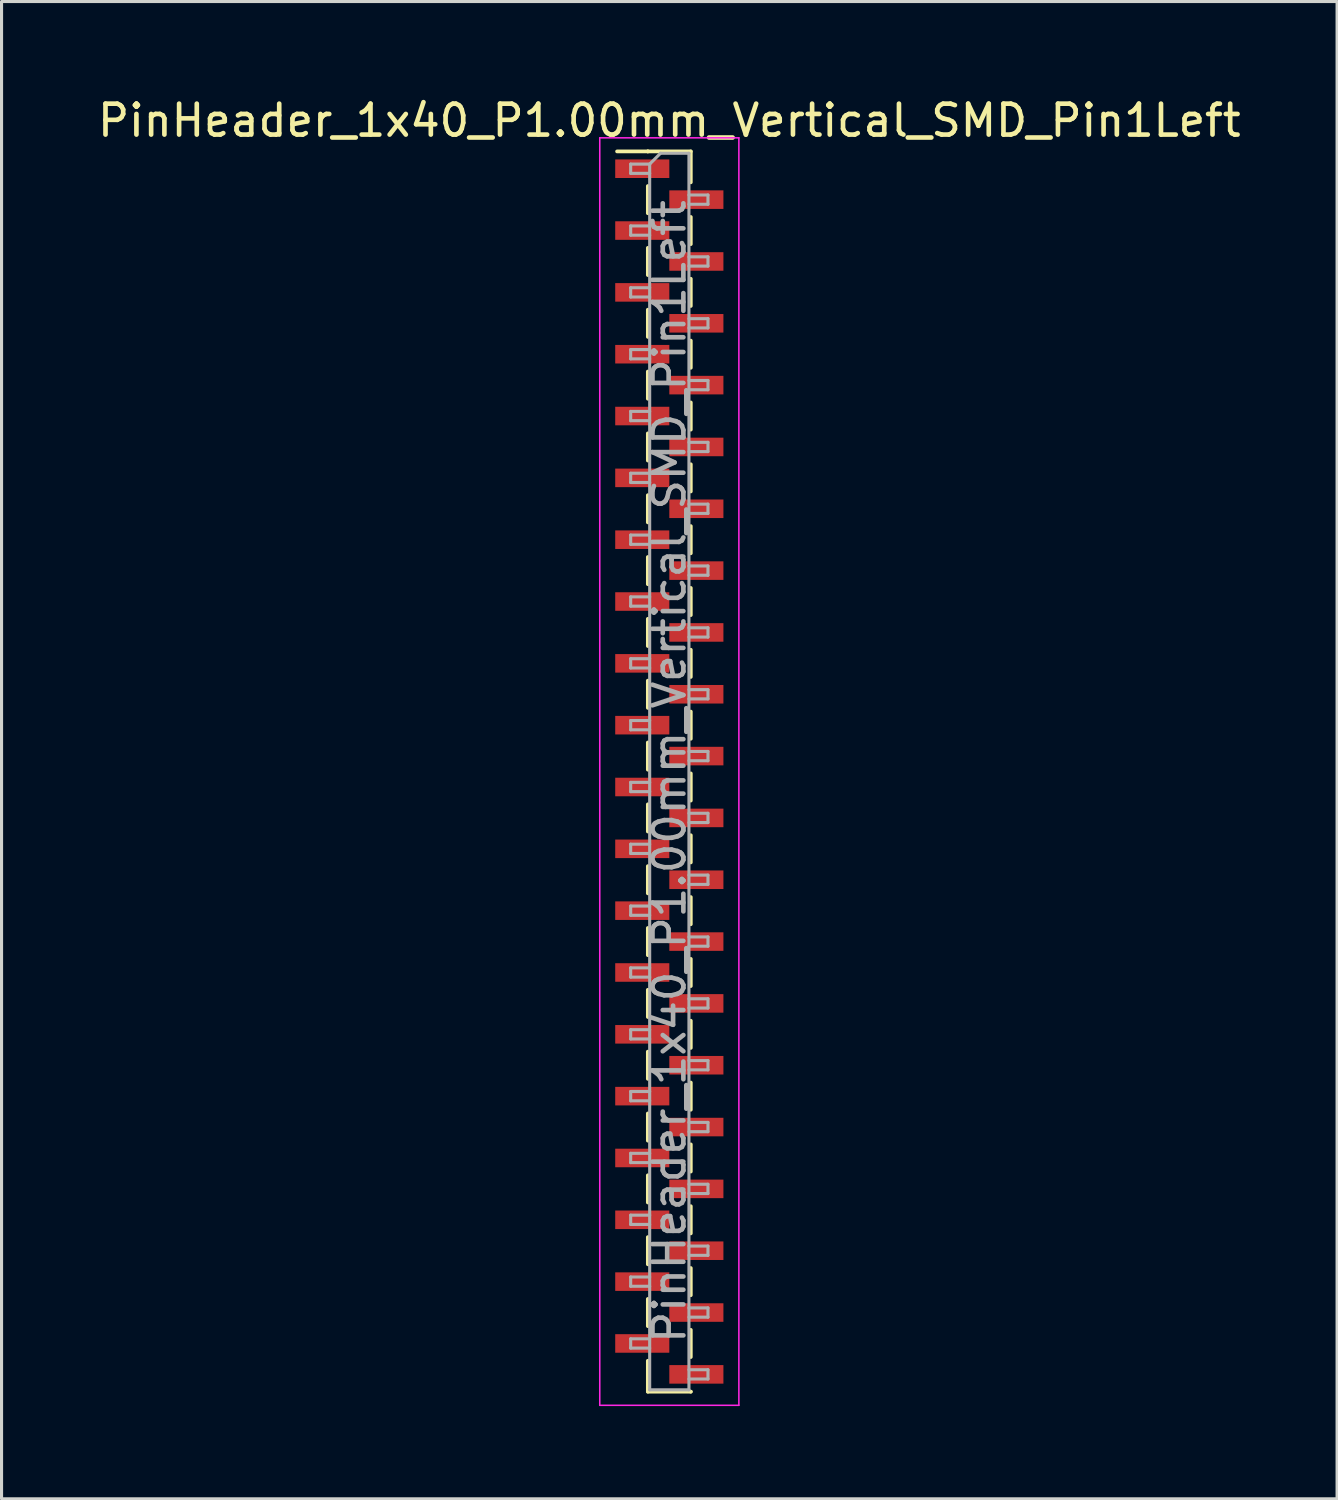
<source format=kicad_pcb>
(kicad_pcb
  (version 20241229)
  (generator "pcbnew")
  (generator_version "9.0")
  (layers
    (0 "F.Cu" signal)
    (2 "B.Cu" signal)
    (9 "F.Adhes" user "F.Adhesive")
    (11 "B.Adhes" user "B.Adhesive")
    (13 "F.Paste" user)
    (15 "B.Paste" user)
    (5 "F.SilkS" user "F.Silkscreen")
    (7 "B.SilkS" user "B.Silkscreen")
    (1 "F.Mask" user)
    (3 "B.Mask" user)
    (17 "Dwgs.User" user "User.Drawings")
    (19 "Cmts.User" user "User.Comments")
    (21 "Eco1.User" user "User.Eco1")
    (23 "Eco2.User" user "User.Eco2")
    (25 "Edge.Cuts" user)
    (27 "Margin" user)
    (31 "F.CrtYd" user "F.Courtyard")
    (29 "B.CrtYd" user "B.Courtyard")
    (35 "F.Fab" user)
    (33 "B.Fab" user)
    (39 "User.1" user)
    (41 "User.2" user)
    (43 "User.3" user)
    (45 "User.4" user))
  (footprint "PinHeader_1x40_P1.00mm_Vertical_SMD_Pin1Left"
    (layer "F.Cu")
    (at 18.601 21.908)
    (property "Reference" "PinHeader_1x40_P1.00mm_Vertical_SMD_Pin1Left" (at 0 -21.06 0) (layer "F.SilkS") (effects (font (size 1 1) (thickness 0.15))))
    (attr smd)
    (fp_line (start -0.695 -20.06) (end -1.69 -20.06) (stroke (width 0.12) (type solid)) (layer "F.SilkS"))
    (fp_line (start -0.695 -20.06) (end -0.695 -20.06) (stroke (width 0.12) (type solid)) (layer "F.SilkS"))
    (fp_line (start -0.695 -20.06) (end 0.695 -20.06) (stroke (width 0.12) (type solid)) (layer "F.SilkS"))
    (fp_line (start -0.695 -18.94) (end -0.695 -18.06) (stroke (width 0.12) (type solid)) (layer "F.SilkS"))
    (fp_line (start -0.695 -16.94) (end -0.695 -16.06) (stroke (width 0.12) (type solid)) (layer "F.SilkS"))
    (fp_line (start -0.695 -14.94) (end -0.695 -14.06) (stroke (width 0.12) (type solid)) (layer "F.SilkS"))
    (fp_line (start -0.695 -12.94) (end -0.695 -12.06) (stroke (width 0.12) (type solid)) (layer "F.SilkS"))
    (fp_line (start -0.695 -10.94) (end -0.695 -10.06) (stroke (width 0.12) (type solid)) (layer "F.SilkS"))
    (fp_line (start -0.695 -8.94) (end -0.695 -8.06) (stroke (width 0.12) (type solid)) (layer "F.SilkS"))
    (fp_line (start -0.695 -6.94) (end -0.695 -6.06) (stroke (width 0.12) (type solid)) (layer "F.SilkS"))
    (fp_line (start -0.695 -4.94) (end -0.695 -4.06) (stroke (width 0.12) (type solid)) (layer "F.SilkS"))
    (fp_line (start -0.695 -2.94) (end -0.695 -2.06) (stroke (width 0.12) (type solid)) (layer "F.SilkS"))
    (fp_line (start -0.695 -0.94) (end -0.695 -0.06) (stroke (width 0.12) (type solid)) (layer "F.SilkS"))
    (fp_line (start -0.695 1.06) (end -0.695 1.94) (stroke (width 0.12) (type solid)) (layer "F.SilkS"))
    (fp_line (start -0.695 3.06) (end -0.695 3.94) (stroke (width 0.12) (type solid)) (layer "F.SilkS"))
    (fp_line (start -0.695 5.06) (end -0.695 5.94) (stroke (width 0.12) (type solid)) (layer "F.SilkS"))
    (fp_line (start -0.695 7.06) (end -0.695 7.94) (stroke (width 0.12) (type solid)) (layer "F.SilkS"))
    (fp_line (start -0.695 9.06) (end -0.695 9.94) (stroke (width 0.12) (type solid)) (layer "F.SilkS"))
    (fp_line (start -0.695 11.06) (end -0.695 11.94) (stroke (width 0.12) (type solid)) (layer "F.SilkS"))
    (fp_line (start -0.695 13.06) (end -0.695 13.94) (stroke (width 0.12) (type solid)) (layer "F.SilkS"))
    (fp_line (start -0.695 15.06) (end -0.695 15.94) (stroke (width 0.12) (type solid)) (layer "F.SilkS"))
    (fp_line (start -0.695 17.06) (end -0.695 17.94) (stroke (width 0.12) (type solid)) (layer "F.SilkS"))
    (fp_line (start -0.695 19.06) (end -0.695 20.06) (stroke (width 0.12) (type solid)) (layer "F.SilkS"))
    (fp_line (start -0.695 20.06) (end 0.695 20.06) (stroke (width 0.12) (type solid)) (layer "F.SilkS"))
    (fp_line (start 0.695 -20.06) (end 0.695 -19.06) (stroke (width 0.12) (type solid)) (layer "F.SilkS"))
    (fp_line (start 0.695 -17.94) (end 0.695 -17.06) (stroke (width 0.12) (type solid)) (layer "F.SilkS"))
    (fp_line (start 0.695 -15.94) (end 0.695 -15.06) (stroke (width 0.12) (type solid)) (layer "F.SilkS"))
    (fp_line (start 0.695 -13.94) (end 0.695 -13.06) (stroke (width 0.12) (type solid)) (layer "F.SilkS"))
    (fp_line (start 0.695 -11.94) (end 0.695 -11.06) (stroke (width 0.12) (type solid)) (layer "F.SilkS"))
    (fp_line (start 0.695 -9.94) (end 0.695 -9.06) (stroke (width 0.12) (type solid)) (layer "F.SilkS"))
    (fp_line (start 0.695 -7.94) (end 0.695 -7.06) (stroke (width 0.12) (type solid)) (layer "F.SilkS"))
    (fp_line (start 0.695 -5.94) (end 0.695 -5.06) (stroke (width 0.12) (type solid)) (layer "F.SilkS"))
    (fp_line (start 0.695 -3.94) (end 0.695 -3.06) (stroke (width 0.12) (type solid)) (layer "F.SilkS"))
    (fp_line (start 0.695 -1.94) (end 0.695 -1.06) (stroke (width 0.12) (type solid)) (layer "F.SilkS"))
    (fp_line (start 0.695 0.06) (end 0.695 0.94) (stroke (width 0.12) (type solid)) (layer "F.SilkS"))
    (fp_line (start 0.695 2.06) (end 0.695 2.94) (stroke (width 0.12) (type solid)) (layer "F.SilkS"))
    (fp_line (start 0.695 4.06) (end 0.695 4.94) (stroke (width 0.12) (type solid)) (layer "F.SilkS"))
    (fp_line (start 0.695 6.06) (end 0.695 6.94) (stroke (width 0.12) (type solid)) (layer "F.SilkS"))
    (fp_line (start 0.695 8.06) (end 0.695 8.94) (stroke (width 0.12) (type solid)) (layer "F.SilkS"))
    (fp_line (start 0.695 10.06) (end 0.695 10.94) (stroke (width 0.12) (type solid)) (layer "F.SilkS"))
    (fp_line (start 0.695 12.06) (end 0.695 12.94) (stroke (width 0.12) (type solid)) (layer "F.SilkS"))
    (fp_line (start 0.695 14.06) (end 0.695 14.94) (stroke (width 0.12) (type solid)) (layer "F.SilkS"))
    (fp_line (start 0.695 16.06) (end 0.695 16.94) (stroke (width 0.12) (type solid)) (layer "F.SilkS"))
    (fp_line (start 0.695 18.06) (end 0.695 18.94) (stroke (width 0.12) (type solid)) (layer "F.SilkS"))
    (fp_line (start 0.695 20.06) (end 0.695 20.06) (stroke (width 0.12) (type solid)) (layer "F.SilkS"))
    (fp_line (start -2.25 -20.5) (end -2.25 20.5) (stroke (width 0.05) (type solid)) (layer "F.CrtYd"))
    (fp_line (start -2.25 20.5) (end 2.25 20.5) (stroke (width 0.05) (type solid)) (layer "F.CrtYd"))
    (fp_line (start 2.25 -20.5) (end -2.25 -20.5) (stroke (width 0.05) (type solid)) (layer "F.CrtYd"))
    (fp_line (start 2.25 20.5) (end 2.25 -20.5) (stroke (width 0.05) (type solid)) (layer "F.CrtYd"))
    (fp_line (start -1.25 -19.65) (end -1.25 -19.35) (stroke (width 0.1) (type solid)) (layer "F.Fab"))
    (fp_line (start -1.25 -19.35) (end -0.635 -19.35) (stroke (width 0.1) (type solid)) (layer "F.Fab"))
    (fp_line (start -1.25 -17.65) (end -1.25 -17.35) (stroke (width 0.1) (type solid)) (layer "F.Fab"))
    (fp_line (start -1.25 -17.35) (end -0.635 -17.35) (stroke (width 0.1) (type solid)) (layer "F.Fab"))
    (fp_line (start -1.25 -15.65) (end -1.25 -15.35) (stroke (width 0.1) (type solid)) (layer "F.Fab"))
    (fp_line (start -1.25 -15.35) (end -0.635 -15.35) (stroke (width 0.1) (type solid)) (layer "F.Fab"))
    (fp_line (start -1.25 -13.65) (end -1.25 -13.35) (stroke (width 0.1) (type solid)) (layer "F.Fab"))
    (fp_line (start -1.25 -13.35) (end -0.635 -13.35) (stroke (width 0.1) (type solid)) (layer "F.Fab"))
    (fp_line (start -1.25 -11.65) (end -1.25 -11.35) (stroke (width 0.1) (type solid)) (layer "F.Fab"))
    (fp_line (start -1.25 -11.35) (end -0.635 -11.35) (stroke (width 0.1) (type solid)) (layer "F.Fab"))
    (fp_line (start -1.25 -9.65) (end -1.25 -9.35) (stroke (width 0.1) (type solid)) (layer "F.Fab"))
    (fp_line (start -1.25 -9.35) (end -0.635 -9.35) (stroke (width 0.1) (type solid)) (layer "F.Fab"))
    (fp_line (start -1.25 -7.65) (end -1.25 -7.35) (stroke (width 0.1) (type solid)) (layer "F.Fab"))
    (fp_line (start -1.25 -7.35) (end -0.635 -7.35) (stroke (width 0.1) (type solid)) (layer "F.Fab"))
    (fp_line (start -1.25 -5.65) (end -1.25 -5.35) (stroke (width 0.1) (type solid)) (layer "F.Fab"))
    (fp_line (start -1.25 -5.35) (end -0.635 -5.35) (stroke (width 0.1) (type solid)) (layer "F.Fab"))
    (fp_line (start -1.25 -3.65) (end -1.25 -3.35) (stroke (width 0.1) (type solid)) (layer "F.Fab"))
    (fp_line (start -1.25 -3.35) (end -0.635 -3.35) (stroke (width 0.1) (type solid)) (layer "F.Fab"))
    (fp_line (start -1.25 -1.65) (end -1.25 -1.35) (stroke (width 0.1) (type solid)) (layer "F.Fab"))
    (fp_line (start -1.25 -1.35) (end -0.635 -1.35) (stroke (width 0.1) (type solid)) (layer "F.Fab"))
    (fp_line (start -1.25 0.35) (end -1.25 0.65) (stroke (width 0.1) (type solid)) (layer "F.Fab"))
    (fp_line (start -1.25 0.65) (end -0.635 0.65) (stroke (width 0.1) (type solid)) (layer "F.Fab"))
    (fp_line (start -1.25 2.35) (end -1.25 2.65) (stroke (width 0.1) (type solid)) (layer "F.Fab"))
    (fp_line (start -1.25 2.65) (end -0.635 2.65) (stroke (width 0.1) (type solid)) (layer "F.Fab"))
    (fp_line (start -1.25 4.35) (end -1.25 4.65) (stroke (width 0.1) (type solid)) (layer "F.Fab"))
    (fp_line (start -1.25 4.65) (end -0.635 4.65) (stroke (width 0.1) (type solid)) (layer "F.Fab"))
    (fp_line (start -1.25 6.35) (end -1.25 6.65) (stroke (width 0.1) (type solid)) (layer "F.Fab"))
    (fp_line (start -1.25 6.65) (end -0.635 6.65) (stroke (width 0.1) (type solid)) (layer "F.Fab"))
    (fp_line (start -1.25 8.35) (end -1.25 8.65) (stroke (width 0.1) (type solid)) (layer "F.Fab"))
    (fp_line (start -1.25 8.65) (end -0.635 8.65) (stroke (width 0.1) (type solid)) (layer "F.Fab"))
    (fp_line (start -1.25 10.35) (end -1.25 10.65) (stroke (width 0.1) (type solid)) (layer "F.Fab"))
    (fp_line (start -1.25 10.65) (end -0.635 10.65) (stroke (width 0.1) (type solid)) (layer "F.Fab"))
    (fp_line (start -1.25 12.35) (end -1.25 12.65) (stroke (width 0.1) (type solid)) (layer "F.Fab"))
    (fp_line (start -1.25 12.65) (end -0.635 12.65) (stroke (width 0.1) (type solid)) (layer "F.Fab"))
    (fp_line (start -1.25 14.35) (end -1.25 14.65) (stroke (width 0.1) (type solid)) (layer "F.Fab"))
    (fp_line (start -1.25 14.65) (end -0.635 14.65) (stroke (width 0.1) (type solid)) (layer "F.Fab"))
    (fp_line (start -1.25 16.35) (end -1.25 16.65) (stroke (width 0.1) (type solid)) (layer "F.Fab"))
    (fp_line (start -1.25 16.65) (end -0.635 16.65) (stroke (width 0.1) (type solid)) (layer "F.Fab"))
    (fp_line (start -1.25 18.35) (end -1.25 18.65) (stroke (width 0.1) (type solid)) (layer "F.Fab"))
    (fp_line (start -1.25 18.65) (end -0.635 18.65) (stroke (width 0.1) (type solid)) (layer "F.Fab"))
    (fp_line (start -0.635 -19.65) (end -1.25 -19.65) (stroke (width 0.1) (type solid)) (layer "F.Fab"))
    (fp_line (start -0.635 -19.65) (end -0.285 -20) (stroke (width 0.1) (type solid)) (layer "F.Fab"))
    (fp_line (start -0.635 -17.65) (end -1.25 -17.65) (stroke (width 0.1) (type solid)) (layer "F.Fab"))
    (fp_line (start -0.635 -15.65) (end -1.25 -15.65) (stroke (width 0.1) (type solid)) (layer "F.Fab"))
    (fp_line (start -0.635 -13.65) (end -1.25 -13.65) (stroke (width 0.1) (type solid)) (layer "F.Fab"))
    (fp_line (start -0.635 -11.65) (end -1.25 -11.65) (stroke (width 0.1) (type solid)) (layer "F.Fab"))
    (fp_line (start -0.635 -9.65) (end -1.25 -9.65) (stroke (width 0.1) (type solid)) (layer "F.Fab"))
    (fp_line (start -0.635 -7.65) (end -1.25 -7.65) (stroke (width 0.1) (type solid)) (layer "F.Fab"))
    (fp_line (start -0.635 -5.65) (end -1.25 -5.65) (stroke (width 0.1) (type solid)) (layer "F.Fab"))
    (fp_line (start -0.635 -3.65) (end -1.25 -3.65) (stroke (width 0.1) (type solid)) (layer "F.Fab"))
    (fp_line (start -0.635 -1.65) (end -1.25 -1.65) (stroke (width 0.1) (type solid)) (layer "F.Fab"))
    (fp_line (start -0.635 0.35) (end -1.25 0.35) (stroke (width 0.1) (type solid)) (layer "F.Fab"))
    (fp_line (start -0.635 2.35) (end -1.25 2.35) (stroke (width 0.1) (type solid)) (layer "F.Fab"))
    (fp_line (start -0.635 4.35) (end -1.25 4.35) (stroke (width 0.1) (type solid)) (layer "F.Fab"))
    (fp_line (start -0.635 6.35) (end -1.25 6.35) (stroke (width 0.1) (type solid)) (layer "F.Fab"))
    (fp_line (start -0.635 8.35) (end -1.25 8.35) (stroke (width 0.1) (type solid)) (layer "F.Fab"))
    (fp_line (start -0.635 10.35) (end -1.25 10.35) (stroke (width 0.1) (type solid)) (layer "F.Fab"))
    (fp_line (start -0.635 12.35) (end -1.25 12.35) (stroke (width 0.1) (type solid)) (layer "F.Fab"))
    (fp_line (start -0.635 14.35) (end -1.25 14.35) (stroke (width 0.1) (type solid)) (layer "F.Fab"))
    (fp_line (start -0.635 16.35) (end -1.25 16.35) (stroke (width 0.1) (type solid)) (layer "F.Fab"))
    (fp_line (start -0.635 18.35) (end -1.25 18.35) (stroke (width 0.1) (type solid)) (layer "F.Fab"))
    (fp_line (start -0.635 20) (end -0.635 -19.65) (stroke (width 0.1) (type solid)) (layer "F.Fab"))
    (fp_line (start -0.285 -20) (end 0.635 -20) (stroke (width 0.1) (type solid)) (layer "F.Fab"))
    (fp_line (start 0.635 -20) (end 0.635 20) (stroke (width 0.1) (type solid)) (layer "F.Fab"))
    (fp_line (start 0.635 -18.65) (end 1.25 -18.65) (stroke (width 0.1) (type solid)) (layer "F.Fab"))
    (fp_line (start 0.635 -16.65) (end 1.25 -16.65) (stroke (width 0.1) (type solid)) (layer "F.Fab"))
    (fp_line (start 0.635 -14.65) (end 1.25 -14.65) (stroke (width 0.1) (type solid)) (layer "F.Fab"))
    (fp_line (start 0.635 -12.65) (end 1.25 -12.65) (stroke (width 0.1) (type solid)) (layer "F.Fab"))
    (fp_line (start 0.635 -10.65) (end 1.25 -10.65) (stroke (width 0.1) (type solid)) (layer "F.Fab"))
    (fp_line (start 0.635 -8.65) (end 1.25 -8.65) (stroke (width 0.1) (type solid)) (layer "F.Fab"))
    (fp_line (start 0.635 -6.65) (end 1.25 -6.65) (stroke (width 0.1) (type solid)) (layer "F.Fab"))
    (fp_line (start 0.635 -4.65) (end 1.25 -4.65) (stroke (width 0.1) (type solid)) (layer "F.Fab"))
    (fp_line (start 0.635 -2.65) (end 1.25 -2.65) (stroke (width 0.1) (type solid)) (layer "F.Fab"))
    (fp_line (start 0.635 -0.65) (end 1.25 -0.65) (stroke (width 0.1) (type solid)) (layer "F.Fab"))
    (fp_line (start 0.635 1.35) (end 1.25 1.35) (stroke (width 0.1) (type solid)) (layer "F.Fab"))
    (fp_line (start 0.635 3.35) (end 1.25 3.35) (stroke (width 0.1) (type solid)) (layer "F.Fab"))
    (fp_line (start 0.635 5.35) (end 1.25 5.35) (stroke (width 0.1) (type solid)) (layer "F.Fab"))
    (fp_line (start 0.635 7.35) (end 1.25 7.35) (stroke (width 0.1) (type solid)) (layer "F.Fab"))
    (fp_line (start 0.635 9.35) (end 1.25 9.35) (stroke (width 0.1) (type solid)) (layer "F.Fab"))
    (fp_line (start 0.635 11.35) (end 1.25 11.35) (stroke (width 0.1) (type solid)) (layer "F.Fab"))
    (fp_line (start 0.635 13.35) (end 1.25 13.35) (stroke (width 0.1) (type solid)) (layer "F.Fab"))
    (fp_line (start 0.635 15.35) (end 1.25 15.35) (stroke (width 0.1) (type solid)) (layer "F.Fab"))
    (fp_line (start 0.635 17.35) (end 1.25 17.35) (stroke (width 0.1) (type solid)) (layer "F.Fab"))
    (fp_line (start 0.635 19.35) (end 1.25 19.35) (stroke (width 0.1) (type solid)) (layer "F.Fab"))
    (fp_line (start 0.635 20) (end -0.635 20) (stroke (width 0.1) (type solid)) (layer "F.Fab"))
    (fp_line (start 1.25 -18.65) (end 1.25 -18.35) (stroke (width 0.1) (type solid)) (layer "F.Fab"))
    (fp_line (start 1.25 -18.35) (end 0.635 -18.35) (stroke (width 0.1) (type solid)) (layer "F.Fab"))
    (fp_line (start 1.25 -16.65) (end 1.25 -16.35) (stroke (width 0.1) (type solid)) (layer "F.Fab"))
    (fp_line (start 1.25 -16.35) (end 0.635 -16.35) (stroke (width 0.1) (type solid)) (layer "F.Fab"))
    (fp_line (start 1.25 -14.65) (end 1.25 -14.35) (stroke (width 0.1) (type solid)) (layer "F.Fab"))
    (fp_line (start 1.25 -14.35) (end 0.635 -14.35) (stroke (width 0.1) (type solid)) (layer "F.Fab"))
    (fp_line (start 1.25 -12.65) (end 1.25 -12.35) (stroke (width 0.1) (type solid)) (layer "F.Fab"))
    (fp_line (start 1.25 -12.35) (end 0.635 -12.35) (stroke (width 0.1) (type solid)) (layer "F.Fab"))
    (fp_line (start 1.25 -10.65) (end 1.25 -10.35) (stroke (width 0.1) (type solid)) (layer "F.Fab"))
    (fp_line (start 1.25 -10.35) (end 0.635 -10.35) (stroke (width 0.1) (type solid)) (layer "F.Fab"))
    (fp_line (start 1.25 -8.65) (end 1.25 -8.35) (stroke (width 0.1) (type solid)) (layer "F.Fab"))
    (fp_line (start 1.25 -8.35) (end 0.635 -8.35) (stroke (width 0.1) (type solid)) (layer "F.Fab"))
    (fp_line (start 1.25 -6.65) (end 1.25 -6.35) (stroke (width 0.1) (type solid)) (layer "F.Fab"))
    (fp_line (start 1.25 -6.35) (end 0.635 -6.35) (stroke (width 0.1) (type solid)) (layer "F.Fab"))
    (fp_line (start 1.25 -4.65) (end 1.25 -4.35) (stroke (width 0.1) (type solid)) (layer "F.Fab"))
    (fp_line (start 1.25 -4.35) (end 0.635 -4.35) (stroke (width 0.1) (type solid)) (layer "F.Fab"))
    (fp_line (start 1.25 -2.65) (end 1.25 -2.35) (stroke (width 0.1) (type solid)) (layer "F.Fab"))
    (fp_line (start 1.25 -2.35) (end 0.635 -2.35) (stroke (width 0.1) (type solid)) (layer "F.Fab"))
    (fp_line (start 1.25 -0.65) (end 1.25 -0.35) (stroke (width 0.1) (type solid)) (layer "F.Fab"))
    (fp_line (start 1.25 -0.35) (end 0.635 -0.35) (stroke (width 0.1) (type solid)) (layer "F.Fab"))
    (fp_line (start 1.25 1.35) (end 1.25 1.65) (stroke (width 0.1) (type solid)) (layer "F.Fab"))
    (fp_line (start 1.25 1.65) (end 0.635 1.65) (stroke (width 0.1) (type solid)) (layer "F.Fab"))
    (fp_line (start 1.25 3.35) (end 1.25 3.65) (stroke (width 0.1) (type solid)) (layer "F.Fab"))
    (fp_line (start 1.25 3.65) (end 0.635 3.65) (stroke (width 0.1) (type solid)) (layer "F.Fab"))
    (fp_line (start 1.25 5.35) (end 1.25 5.65) (stroke (width 0.1) (type solid)) (layer "F.Fab"))
    (fp_line (start 1.25 5.65) (end 0.635 5.65) (stroke (width 0.1) (type solid)) (layer "F.Fab"))
    (fp_line (start 1.25 7.35) (end 1.25 7.65) (stroke (width 0.1) (type solid)) (layer "F.Fab"))
    (fp_line (start 1.25 7.65) (end 0.635 7.65) (stroke (width 0.1) (type solid)) (layer "F.Fab"))
    (fp_line (start 1.25 9.35) (end 1.25 9.65) (stroke (width 0.1) (type solid)) (layer "F.Fab"))
    (fp_line (start 1.25 9.65) (end 0.635 9.65) (stroke (width 0.1) (type solid)) (layer "F.Fab"))
    (fp_line (start 1.25 11.35) (end 1.25 11.65) (stroke (width 0.1) (type solid)) (layer "F.Fab"))
    (fp_line (start 1.25 11.65) (end 0.635 11.65) (stroke (width 0.1) (type solid)) (layer "F.Fab"))
    (fp_line (start 1.25 13.35) (end 1.25 13.65) (stroke (width 0.1) (type solid)) (layer "F.Fab"))
    (fp_line (start 1.25 13.65) (end 0.635 13.65) (stroke (width 0.1) (type solid)) (layer "F.Fab"))
    (fp_line (start 1.25 15.35) (end 1.25 15.65) (stroke (width 0.1) (type solid)) (layer "F.Fab"))
    (fp_line (start 1.25 15.65) (end 0.635 15.65) (stroke (width 0.1) (type solid)) (layer "F.Fab"))
    (fp_line (start 1.25 17.35) (end 1.25 17.65) (stroke (width 0.1) (type solid)) (layer "F.Fab"))
    (fp_line (start 1.25 17.65) (end 0.635 17.65) (stroke (width 0.1) (type solid)) (layer "F.Fab"))
    (fp_line (start 1.25 19.35) (end 1.25 19.65) (stroke (width 0.1) (type solid)) (layer "F.Fab"))
    (fp_line (start 1.25 19.65) (end 0.635 19.65) (stroke (width 0.1) (type solid)) (layer "F.Fab"))
    (fp_text user "${REFERENCE}" (at 0 0 90) (layer "F.Fab") (effects (font (size 1 1) (thickness 0.15))))
    (pad "1" smd rect (at -0.875 -19.5) (size 1.75 0.6) (layers "F.Cu" "F.Mask" "F.Paste"))
    (pad "2" smd rect (at 0.875 -18.5) (size 1.75 0.6) (layers "F.Cu" "F.Mask" "F.Paste"))
    (pad "3" smd rect (at -0.875 -17.5) (size 1.75 0.6) (layers "F.Cu" "F.Mask" "F.Paste"))
    (pad "4" smd rect (at 0.875 -16.5) (size 1.75 0.6) (layers "F.Cu" "F.Mask" "F.Paste"))
    (pad "5" smd rect (at -0.875 -15.5) (size 1.75 0.6) (layers "F.Cu" "F.Mask" "F.Paste"))
    (pad "6" smd rect (at 0.875 -14.5) (size 1.75 0.6) (layers "F.Cu" "F.Mask" "F.Paste"))
    (pad "7" smd rect (at -0.875 -13.5) (size 1.75 0.6) (layers "F.Cu" "F.Mask" "F.Paste"))
    (pad "8" smd rect (at 0.875 -12.5) (size 1.75 0.6) (layers "F.Cu" "F.Mask" "F.Paste"))
    (pad "9" smd rect (at -0.875 -11.5) (size 1.75 0.6) (layers "F.Cu" "F.Mask" "F.Paste"))
    (pad "10" smd rect (at 0.875 -10.5) (size 1.75 0.6) (layers "F.Cu" "F.Mask" "F.Paste"))
    (pad "11" smd rect (at -0.875 -9.5) (size 1.75 0.6) (layers "F.Cu" "F.Mask" "F.Paste"))
    (pad "12" smd rect (at 0.875 -8.5) (size 1.75 0.6) (layers "F.Cu" "F.Mask" "F.Paste"))
    (pad "13" smd rect (at -0.875 -7.5) (size 1.75 0.6) (layers "F.Cu" "F.Mask" "F.Paste"))
    (pad "14" smd rect (at 0.875 -6.5) (size 1.75 0.6) (layers "F.Cu" "F.Mask" "F.Paste"))
    (pad "15" smd rect (at -0.875 -5.5) (size 1.75 0.6) (layers "F.Cu" "F.Mask" "F.Paste"))
    (pad "16" smd rect (at 0.875 -4.5) (size 1.75 0.6) (layers "F.Cu" "F.Mask" "F.Paste"))
    (pad "17" smd rect (at -0.875 -3.5) (size 1.75 0.6) (layers "F.Cu" "F.Mask" "F.Paste"))
    (pad "18" smd rect (at 0.875 -2.5) (size 1.75 0.6) (layers "F.Cu" "F.Mask" "F.Paste"))
    (pad "19" smd rect (at -0.875 -1.5) (size 1.75 0.6) (layers "F.Cu" "F.Mask" "F.Paste"))
    (pad "20" smd rect (at 0.875 -0.5) (size 1.75 0.6) (layers "F.Cu" "F.Mask" "F.Paste"))
    (pad "21" smd rect (at -0.875 0.5) (size 1.75 0.6) (layers "F.Cu" "F.Mask" "F.Paste"))
    (pad "22" smd rect (at 0.875 1.5) (size 1.75 0.6) (layers "F.Cu" "F.Mask" "F.Paste"))
    (pad "23" smd rect (at -0.875 2.5) (size 1.75 0.6) (layers "F.Cu" "F.Mask" "F.Paste"))
    (pad "24" smd rect (at 0.875 3.5) (size 1.75 0.6) (layers "F.Cu" "F.Mask" "F.Paste"))
    (pad "25" smd rect (at -0.875 4.5) (size 1.75 0.6) (layers "F.Cu" "F.Mask" "F.Paste"))
    (pad "26" smd rect (at 0.875 5.5) (size 1.75 0.6) (layers "F.Cu" "F.Mask" "F.Paste"))
    (pad "27" smd rect (at -0.875 6.5) (size 1.75 0.6) (layers "F.Cu" "F.Mask" "F.Paste"))
    (pad "28" smd rect (at 0.875 7.5) (size 1.75 0.6) (layers "F.Cu" "F.Mask" "F.Paste"))
    (pad "29" smd rect (at -0.875 8.5) (size 1.75 0.6) (layers "F.Cu" "F.Mask" "F.Paste"))
    (pad "30" smd rect (at 0.875 9.5) (size 1.75 0.6) (layers "F.Cu" "F.Mask" "F.Paste"))
    (pad "31" smd rect (at -0.875 10.5) (size 1.75 0.6) (layers "F.Cu" "F.Mask" "F.Paste"))
    (pad "32" smd rect (at 0.875 11.5) (size 1.75 0.6) (layers "F.Cu" "F.Mask" "F.Paste"))
    (pad "33" smd rect (at -0.875 12.5) (size 1.75 0.6) (layers "F.Cu" "F.Mask" "F.Paste"))
    (pad "34" smd rect (at 0.875 13.5) (size 1.75 0.6) (layers "F.Cu" "F.Mask" "F.Paste"))
    (pad "35" smd rect (at -0.875 14.5) (size 1.75 0.6) (layers "F.Cu" "F.Mask" "F.Paste"))
    (pad "36" smd rect (at 0.875 15.5) (size 1.75 0.6) (layers "F.Cu" "F.Mask" "F.Paste"))
    (pad "37" smd rect (at -0.875 16.5) (size 1.75 0.6) (layers "F.Cu" "F.Mask" "F.Paste"))
    (pad "38" smd rect (at 0.875 17.5) (size 1.75 0.6) (layers "F.Cu" "F.Mask" "F.Paste"))
    (pad "39" smd rect (at -0.875 18.5) (size 1.75 0.6) (layers "F.Cu" "F.Mask" "F.Paste"))
    (pad "40" smd rect (at 0.875 19.5) (size 1.75 0.6) (layers "F.Cu" "F.Mask" "F.Paste")))
  (gr_rect
    (start -3 -3)
    (end 40.202 45.433)
    (stroke (width 0.1) (type default))
    (fill no)
    (layer "Edge.Cuts")))
</source>
